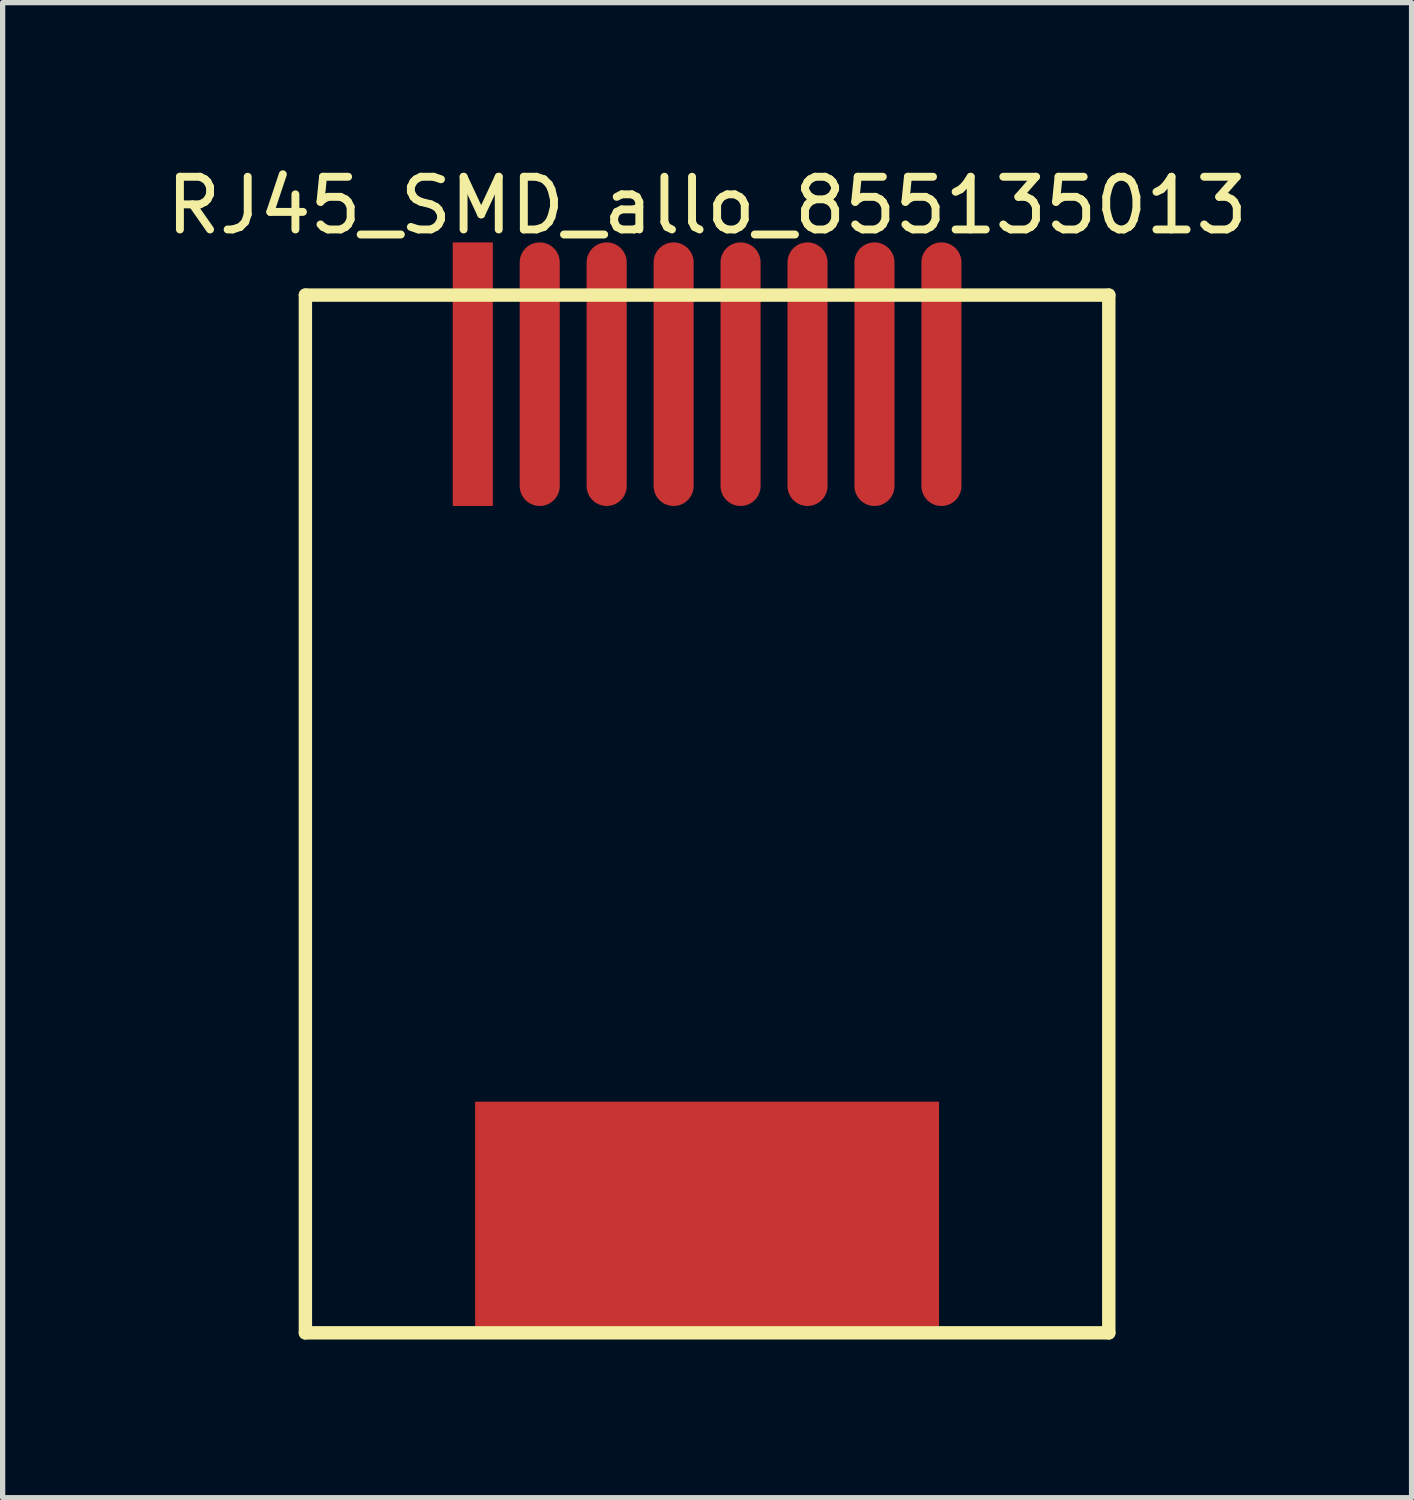
<source format=kicad_pcb>
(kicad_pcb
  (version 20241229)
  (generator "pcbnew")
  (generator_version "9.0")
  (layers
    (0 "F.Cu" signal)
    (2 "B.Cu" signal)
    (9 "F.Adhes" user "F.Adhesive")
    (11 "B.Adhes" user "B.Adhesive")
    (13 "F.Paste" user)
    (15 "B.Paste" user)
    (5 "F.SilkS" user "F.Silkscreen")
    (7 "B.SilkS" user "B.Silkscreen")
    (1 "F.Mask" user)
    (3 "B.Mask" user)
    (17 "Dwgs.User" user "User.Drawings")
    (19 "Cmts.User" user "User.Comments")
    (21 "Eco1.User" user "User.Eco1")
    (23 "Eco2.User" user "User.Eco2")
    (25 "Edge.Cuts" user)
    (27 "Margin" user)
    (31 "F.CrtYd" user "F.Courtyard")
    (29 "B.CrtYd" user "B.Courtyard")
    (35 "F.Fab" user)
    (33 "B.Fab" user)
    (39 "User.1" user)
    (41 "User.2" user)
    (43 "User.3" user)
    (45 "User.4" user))
  (footprint "RJ45_SMD_allo_855135013"
    (layer "F.Cu")
    (at 10.363 12.073)
    (property "Reference" "RJ45_SMD_allo_855135013" (at 0 -11.225 0) (layer "F.SilkS") (effects (font (size 1 1) (thickness 0.15))))
    (fp_line (start -7.62 -9.525) (end 7.62 -9.525) (stroke (width 0.254) (type solid)) (layer "F.SilkS"))
    (fp_line (start -7.62 10.16) (end -7.62 -9.525) (stroke (width 0.254) (type solid)) (layer "F.SilkS"))
    (fp_line (start -7.62 10.16) (end 7.62 10.16) (stroke (width 0.254) (type solid)) (layer "F.SilkS"))
    (fp_line (start 7.62 10.16) (end 7.62 -9.525) (stroke (width 0.254) (type solid)) (layer "F.SilkS"))
    (pad "0" smd rect (at 0 8.025 180) (size 8.8 4.5) (layers "F.Cu" "F.Mask" "F.Paste"))
    (pad "1" smd rect (at -4.445 -8.025 180) (size 0.76 5) (layers "F.Cu" "F.Mask" "F.Paste"))
    (pad "2" smd oval (at -3.175 -8.025 180) (size 0.76 5) (layers "F.Cu" "F.Mask" "F.Paste"))
    (pad "3" smd oval (at -1.905 -8.025 180) (size 0.76 5) (layers "F.Cu" "F.Mask" "F.Paste"))
    (pad "4" smd oval (at -0.635 -8.025 180) (size 0.76 5) (layers "F.Cu" "F.Mask" "F.Paste"))
    (pad "5" smd oval (at 0.635 -8.025 180) (size 0.76 5) (layers "F.Cu" "F.Mask" "F.Paste"))
    (pad "6" smd oval (at 1.905 -8.025 180) (size 0.76 5) (layers "F.Cu" "F.Mask" "F.Paste"))
    (pad "7" smd oval (at 3.175 -8.025 180) (size 0.76 5) (layers "F.Cu" "F.Mask" "F.Paste"))
    (pad "8" smd oval (at 4.445 -8.025 180) (size 0.76 5) (layers "F.Cu" "F.Mask" "F.Paste")))
  (gr_rect
    (start -3 -3)
    (end 23.726 25.36)
    (stroke (width 0.1) (type default))
    (fill no)
    (layer "Edge.Cuts")))
</source>
